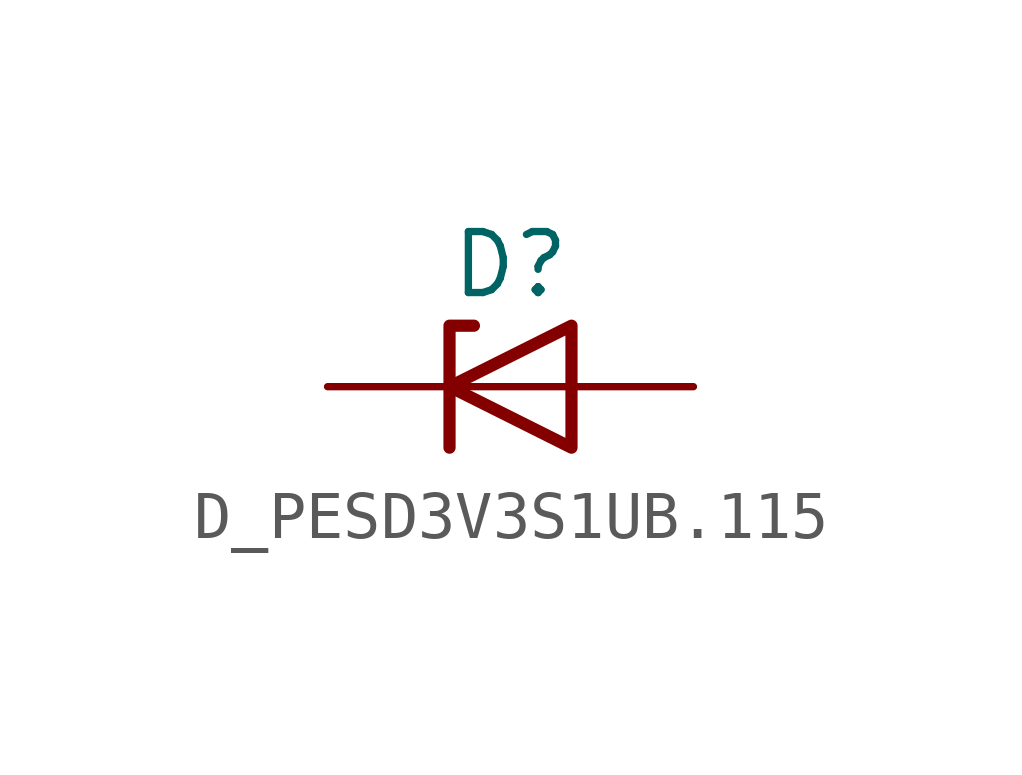
<source format=kicad_sym>
(kicad_symbol_lib
  (version 20211014)
  (generator kicad_symbol_editor)
  (symbol "D_PESD3V3S1UB.115"
    (pin_numbers hide)
    (pin_names
      (offset 1.016) hide)
    (property "Reference" "D"
      (at 0 2.54 0)
      (effects (font (size 1.27 1.27))))
    (symbol "D_PESD3V3S1UB.115_0_1"
      (polyline (pts (xy 1.27 0) (xy -1.27 0)) (stroke (width 0) (type default) (color 0 0 0 0)) (fill (type none)))
      (polyline (pts (xy -1.27 -1.27) (xy -1.27 1.27) (xy -0.762 1.27)) (stroke (width 0.254) (type default) (color 0 0 0 0)) (fill (type none)))
      (polyline (pts (xy 1.27 -1.27) (xy 1.27 1.27) (xy -1.27 0) (xy 1.27 -1.27)) (stroke (width 0.254) (type default) (color 0 0 0 0)) (fill (type none))))
    (symbol "D_PESD3V3S1UB.115_1_1"
      (pin passive line (at -3.81 0 0) (length 2.54) (name "K" (effects (font (size 1.27 1.27)))) (number "1" (effects (font (size 1.27 1.27)))))
      (pin passive line (at 3.81 0 180) (length 2.54) (name "A" (effects (font (size 1.27 1.27)))) (number "2" (effects (font (size 1.27 1.27))))))))
</source>
